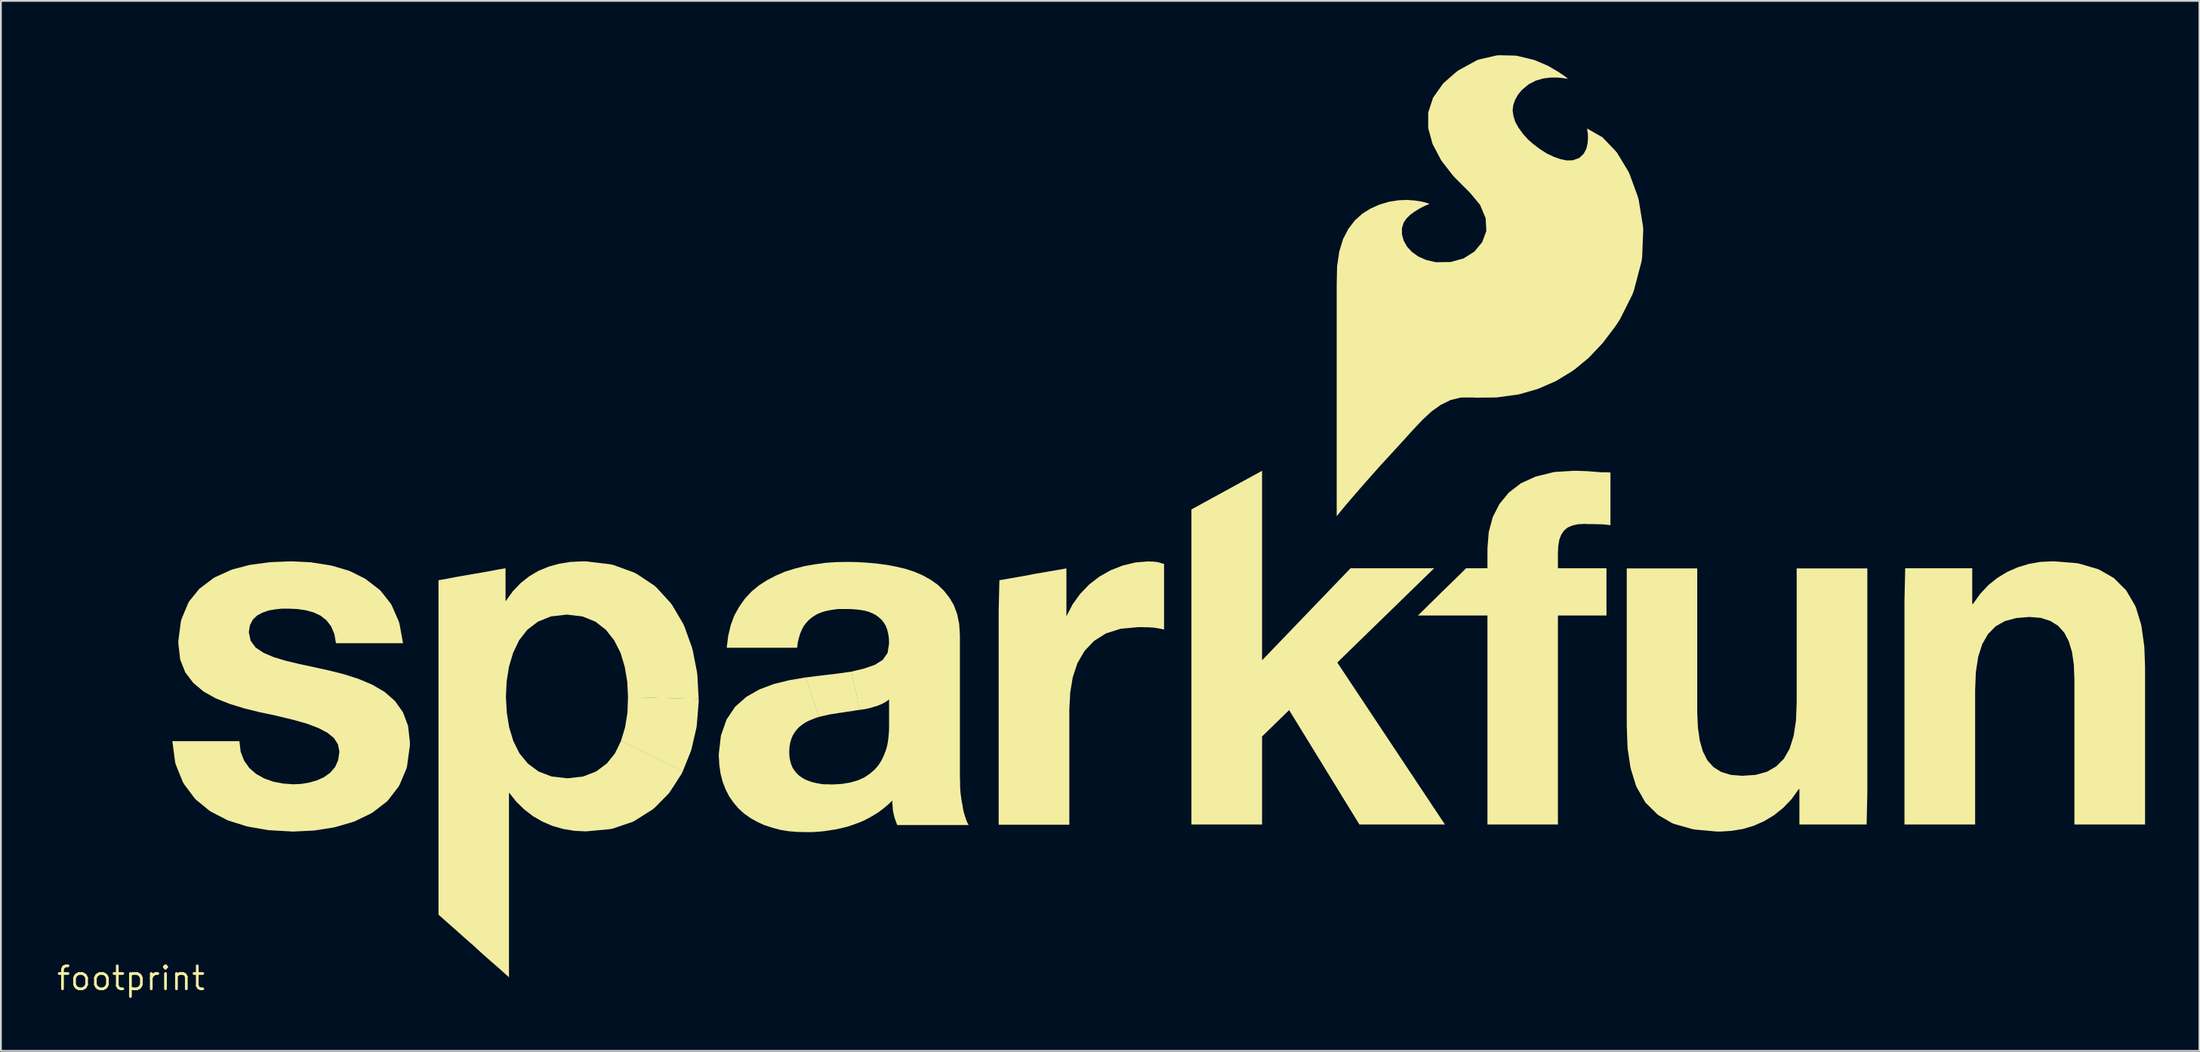
<source format=kicad_pcb>
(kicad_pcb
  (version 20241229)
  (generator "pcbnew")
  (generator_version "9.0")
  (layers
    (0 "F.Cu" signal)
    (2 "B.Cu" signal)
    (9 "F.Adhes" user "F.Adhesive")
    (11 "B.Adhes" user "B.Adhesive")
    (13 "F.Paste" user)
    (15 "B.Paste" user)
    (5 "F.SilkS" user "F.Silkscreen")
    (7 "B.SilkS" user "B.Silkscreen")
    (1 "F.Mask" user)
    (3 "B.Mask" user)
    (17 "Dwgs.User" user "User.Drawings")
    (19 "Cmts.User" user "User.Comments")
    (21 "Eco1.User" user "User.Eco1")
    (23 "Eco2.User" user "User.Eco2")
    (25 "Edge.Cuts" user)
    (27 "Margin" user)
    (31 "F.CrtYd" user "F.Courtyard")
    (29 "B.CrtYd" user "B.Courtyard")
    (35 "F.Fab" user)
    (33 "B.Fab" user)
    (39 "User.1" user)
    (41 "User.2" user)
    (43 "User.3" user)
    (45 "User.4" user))
  (footprint "footprint"
    (layer "F.Cu")
    (at 4.18 50.975)
    (property "Reference" "footprint" (at 0 0 0) (layer "F.SilkS") (effects (font (size 1.27 1.27) (thickness 0.15))))
    (fp_poly (pts (xy 31.335 -15.425) (xy 31.335 -15.24) (xy 31.235 -14.02) (xy 31.215 -13.849) (xy 30.945 -12.679) (xy 30.895 -12.518) (xy 30.463 -11.443) (xy 27.044 -13.097) (xy 27.275 -13.861) (xy 27.405 -14.67) (xy 27.435 -15.535)) (stroke (width 0) (type solid)) (fill yes) (layer "F.SilkS"))
    (fp_poly (pts (xy 62.435 -17.562) (xy 67.318 -22.645) (xy 71.932 -22.645) (xy 66.586 -17.439) (xy 72.529 -8.495) (xy 67.807 -8.495) (xy 63.929 -14.812) (xy 62.435 -13.358) (xy 62.435 -8.495) (xy 58.535 -8.495) (xy 58.535 -25.893) (xy 62.435 -28.028)) (stroke (width 0) (type solid)) (fill yes) (layer "F.SilkS"))
    (fp_poly (pts (xy 40.236 -14.826) (xy 40.001 -14.795) (xy 39.781 -14.755) (xy 39.551 -14.725) (xy 39.311 -14.685) (xy 39.081 -14.655) (xy 38.851 -14.615) (xy 38.631 -14.585) (xy 38.401 -14.535) (xy 38.181 -14.485) (xy 37.967 -14.434) (xy 37.233 -16.614) (xy 38.119 -16.725) (xy 38.969 -16.825) (xy 39.764 -16.936)) (stroke (width 0) (type solid)) (fill yes) (layer "F.SilkS"))
    (fp_poly (pts (xy 56.28 -23.015) (xy 56.39 -23.015) (xy 56.49 -23.005) (xy 56.601 -22.995) (xy 56.701 -22.975) (xy 56.811 -22.945) (xy 56.911 -22.915) (xy 57.025 -22.884) (xy 57.025 -19.264) (xy 56.869 -19.295) (xy 56.709 -19.325) (xy 56.539 -19.355) (xy 56.36 -19.375) (xy 56.17 -19.385) (xy 55.98 -19.385) (xy 55.8 -19.395) (xy 55.62 -19.395) (xy 54.631 -19.305) (xy 53.812 -19.045) (xy 53.153 -18.626) (xy 52.634 -18.077) (xy 52.245 -17.408) (xy 51.985 -16.629) (xy 51.845 -15.779) (xy 51.795 -14.86) (xy 51.795 -8.485) (xy 47.895 -8.485) (xy 47.895 -20.29) (xy 47.935 -21.984) (xy 48.399 -22.065) (xy 49.319 -22.225) (xy 49.779 -22.315) (xy 50.239 -22.395) (xy 50.709 -22.475) (xy 51.169 -22.555) (xy 51.635 -22.636) (xy 51.635 -20.015) (xy 51.647 -20.015) (xy 51.976 -20.653) (xy 52.396 -21.233) (xy 52.887 -21.744) (xy 53.457 -22.184) (xy 54.078 -22.535) (xy 54.738 -22.795) (xy 55.439 -22.965) (xy 56.16 -23.025)) (stroke (width 0) (type solid)) (fill yes) (layer "F.SilkS"))
    (fp_poly (pts (xy 86.455 -14.65) (xy 86.495 -13.83) (xy 86.595 -13.131) (xy 86.765 -12.532) (xy 87.014 -12.043) (xy 87.353 -11.664) (xy 87.782 -11.395) (xy 88.311 -11.235) (xy 88.94 -11.185) (xy 89.679 -11.235) (xy 90.298 -11.405) (xy 90.817 -11.704) (xy 91.236 -12.123) (xy 91.555 -12.682) (xy 91.775 -13.381) (xy 91.905 -14.22) (xy 91.945 -15.22) (xy 91.945 -22.635) (xy 95.845 -22.635) (xy 95.845 -10.26) (xy 95.805 -8.495) (xy 92.095 -8.495) (xy 92.095 -10.455) (xy 92.063 -10.455) (xy 91.664 -9.897) (xy 91.203 -9.416) (xy 90.693 -9.006) (xy 90.142 -8.676) (xy 89.572 -8.425) (xy 88.971 -8.245) (xy 88.351 -8.145) (xy 87.74 -8.105) (xy 87.55 -8.105) (xy 86.329 -8.215) (xy 86.169 -8.245) (xy 85.188 -8.525) (xy 85.058 -8.575) (xy 84.287 -9.026) (xy 83.596 -9.707) (xy 83.116 -10.548) (xy 83.065 -10.668) (xy 82.795 -11.549) (xy 82.765 -11.679) (xy 82.615 -12.679) (xy 82.605 -12.83) (xy 82.565 -13.94) (xy 82.565 -22.635) (xy 86.455 -22.635)) (stroke (width 0) (type solid)) (fill yes) (layer "F.SilkS"))
    (fp_poly (pts (xy 107.411 -22.925) (xy 107.561 -22.895) (xy 108.552 -22.605) (xy 108.672 -22.554) (xy 109.453 -22.104) (xy 110.134 -21.423) (xy 110.624 -20.582) (xy 110.675 -20.462) (xy 110.945 -19.581) (xy 110.975 -19.451) (xy 111.115 -18.451) (xy 111.135 -18.3) (xy 111.175 -17.2) (xy 111.175 -8.495) (xy 107.275 -8.495) (xy 107.275 -16.49) (xy 107.245 -17.3) (xy 107.145 -18.009) (xy 106.965 -18.608) (xy 106.716 -19.087) (xy 106.377 -19.466) (xy 105.948 -19.735) (xy 105.419 -19.905) (xy 104.79 -19.955) (xy 104.061 -19.895) (xy 103.432 -19.725) (xy 102.923 -19.436) (xy 102.504 -19.007) (xy 102.185 -18.448) (xy 101.965 -17.759) (xy 101.835 -16.91) (xy 101.795 -15.91) (xy 101.795 -8.495) (xy 97.895 -8.495) (xy 97.895 -20.87) (xy 97.935 -22.645) (xy 101.635 -22.645) (xy 101.635 -20.675) (xy 101.677 -20.675) (xy 102.076 -21.233) (xy 102.537 -21.724) (xy 103.037 -22.124) (xy 103.588 -22.454) (xy 104.168 -22.705) (xy 104.769 -22.885) (xy 105.379 -22.995) (xy 106 -23.025) (xy 106.19 -23.025)) (stroke (width 0) (type solid)) (fill yes) (layer "F.SilkS"))
    (fp_poly (pts (xy 80.13 -28.015) (xy 80.39 -28.005) (xy 80.65 -27.985) (xy 80.9 -27.965) (xy 81.16 -27.945) (xy 81.41 -27.945) (xy 81.665 -27.935) (xy 81.665 -25.024) (xy 81.489 -25.045) (xy 81.489 -25.045) (xy 81.31 -25.065) (xy 81.13 -25.075) (xy 80.95 -25.075) (xy 80.77 -25.085) (xy 80.42 -25.085) (xy 80.24 -25.095) (xy 79.871 -25.075) (xy 79.562 -25.005) (xy 79.303 -24.896) (xy 79.104 -24.727) (xy 78.954 -24.508) (xy 78.845 -24.229) (xy 78.785 -23.889) (xy 78.765 -23.48) (xy 78.765 -22.645) (xy 81.445 -22.645) (xy 81.445 -20.035) (xy 78.765 -20.035) (xy 78.765 -8.495) (xy 74.875 -8.495) (xy 74.875 -20.035) (xy 71.038 -20.035) (xy 71.376 -20.364) (xy 71.706 -20.694) (xy 72.036 -21.014) (xy 72.366 -21.344) (xy 72.697 -21.664) (xy 72.697 -21.664) (xy 73.037 -21.994) (xy 73.366 -22.314) (xy 73.698 -22.645) (xy 74.875 -22.645) (xy 74.875 -23.73) (xy 74.945 -24.631) (xy 75.165 -25.462) (xy 75.536 -26.193) (xy 76.056 -26.824) (xy 76.717 -27.334) (xy 77.528 -27.705) (xy 78.499 -27.945) (xy 78.629 -27.965) (xy 79.61 -28.025) (xy 79.87 -28.025)) (stroke (width 0) (type solid)) (fill yes) (layer "F.SilkS"))
    (fp_poly (pts (xy 26.451 -22.865) (xy 26.631 -22.825) (xy 27.782 -22.405) (xy 27.933 -22.324) (xy 28.893 -21.684) (xy 29.014 -21.574) (xy 29.784 -20.733) (xy 29.884 -20.593) (xy 30.474 -19.592) (xy 30.545 -19.442) (xy 30.955 -18.302) (xy 31.005 -18.131) (xy 31.245 -16.901) (xy 31.265 -16.72) (xy 31.335 -15.415) (xy 27.435 -15.525) (xy 27.395 -16.369) (xy 27.255 -17.199) (xy 27.025 -17.968) (xy 26.676 -18.657) (xy 26.216 -19.246) (xy 25.637 -19.696) (xy 24.919 -19.985) (xy 24.06 -20.085) (xy 23.181 -19.985) (xy 22.462 -19.696) (xy 21.874 -19.246) (xy 21.424 -18.667) (xy 21.095 -17.978) (xy 20.865 -17.209) (xy 20.735 -16.379) (xy 20.695 -15.53) (xy 20.745 -14.671) (xy 20.875 -13.861) (xy 21.105 -13.102) (xy 21.444 -12.423) (xy 21.903 -11.864) (xy 22.492 -11.424) (xy 23.221 -11.145) (xy 24.09 -11.045) (xy 24.959 -11.145) (xy 25.678 -11.424) (xy 26.266 -11.864) (xy 26.716 -12.423) (xy 27.048 -13.107) (xy 30.467 -11.452) (xy 30.394 -11.298) (xy 29.784 -10.347) (xy 29.694 -10.217) (xy 28.913 -9.426) (xy 28.793 -9.326) (xy 27.843 -8.726) (xy 27.702 -8.645) (xy 26.581 -8.265) (xy 26.411 -8.235) (xy 25.12 -8.115) (xy 24.479 -8.145) (xy 23.869 -8.245) (xy 23.268 -8.415) (xy 22.708 -8.656) (xy 22.187 -8.956) (xy 21.707 -9.326) (xy 21.266 -9.757) (xy 20.878 -10.245) (xy 20.865 -10.245) (xy 20.865 -0.059) (xy 20.377 -0.496) (xy 19.887 -0.926) (xy 19.397 -1.356) (xy 18.917 -1.796) (xy 18.427 -2.226) (xy 17.947 -2.656) (xy 17.457 -3.086) (xy 16.975 -3.518) (xy 16.975 -21.984) (xy 17.439 -22.065) (xy 17.899 -22.155) (xy 18.359 -22.235) (xy 18.819 -22.315) (xy 19.289 -22.395) (xy 19.749 -22.475) (xy 20.209 -22.565) (xy 20.675 -22.646) (xy 20.675 -20.835) (xy 20.687 -20.835) (xy 21.076 -21.373) (xy 21.507 -21.824) (xy 21.987 -22.204) (xy 22.498 -22.504) (xy 23.058 -22.735) (xy 23.639 -22.895) (xy 24.259 -22.995) (xy 24.91 -23.025) (xy 25.11 -23.025)) (stroke (width 0) (type solid)) (fill yes) (layer "F.SilkS"))
    (fp_poly (pts (xy 9.91 -22.975) (xy 10.051 -22.955) (xy 11.001 -22.805) (xy 11.131 -22.775) (xy 12.012 -22.515) (xy 12.132 -22.465) (xy 12.933 -22.064) (xy 13.713 -21.464) (xy 13.804 -21.373) (xy 14.344 -20.683) (xy 14.404 -20.572) (xy 14.785 -19.702) (xy 14.825 -19.561) (xy 15.016 -18.505) (xy 11.316 -18.505) (xy 11.225 -19.019) (xy 11.046 -19.437) (xy 10.796 -19.766) (xy 10.467 -20.026) (xy 10.088 -20.205) (xy 9.649 -20.325) (xy 9.17 -20.395) (xy 8.66 -20.415) (xy 8.32 -20.415) (xy 7.961 -20.375) (xy 7.601 -20.315) (xy 7.262 -20.195) (xy 6.963 -20.036) (xy 6.724 -19.807) (xy 6.565 -19.498) (xy 6.505 -19.11) (xy 6.605 -18.642) (xy 6.883 -18.264) (xy 7.322 -17.974) (xy 7.882 -17.735) (xy 8.551 -17.535) (xy 9.301 -17.355) (xy 10.091 -17.185) (xy 10.911 -17.005) (xy 11.751 -16.795) (xy 12.562 -16.535) (xy 13.322 -16.214) (xy 14.003 -15.814) (xy 14.574 -15.313) (xy 15.014 -14.692) (xy 15.295 -13.941) (xy 15.395 -13.04) (xy 15.395 -12.86) (xy 15.245 -11.759) (xy 15.215 -11.609) (xy 14.834 -10.698) (xy 14.764 -10.577) (xy 14.194 -9.837) (xy 14.103 -9.746) (xy 13.363 -9.176) (xy 13.252 -9.106) (xy 12.382 -8.685) (xy 12.252 -8.635) (xy 11.291 -8.355) (xy 11.151 -8.325) (xy 10.131 -8.165) (xy 9.98 -8.155) (xy 8.94 -8.105) (xy 8.78 -8.115) (xy 7.71 -8.175) (xy 7.559 -8.185) (xy 6.529 -8.365) (xy 6.389 -8.395) (xy 5.428 -8.695) (xy 5.298 -8.745) (xy 4.428 -9.196) (xy 4.317 -9.266) (xy 3.587 -9.866) (xy 3.496 -9.967) (xy 2.926 -10.727) (xy 2.855 -10.858) (xy 2.475 -11.798) (xy 2.435 -11.949) (xy 2.284 -13.095) (xy 5.984 -13.095) (xy 6.055 -12.511) (xy 6.244 -12.022) (xy 6.534 -11.613) (xy 6.913 -11.284) (xy 7.362 -11.035) (xy 7.871 -10.855) (xy 8.411 -10.755) (xy 8.97 -10.715) (xy 9.389 -10.735) (xy 9.819 -10.805) (xy 10.248 -10.925) (xy 10.648 -11.104) (xy 10.987 -11.344) (xy 11.266 -11.663) (xy 11.435 -12.041) (xy 11.505 -12.51) (xy 11.425 -12.918) (xy 11.206 -13.267) (xy 10.837 -13.566) (xy 10.338 -13.825) (xy 9.708 -14.065) (xy 8.959 -14.275) (xy 8.089 -14.485) (xy 7.969 -14.515) (xy 7.109 -14.695) (xy 6.259 -14.905) (xy 5.448 -15.155) (xy 4.688 -15.455) (xy 4.007 -15.836) (xy 3.436 -16.317) (xy 2.996 -16.898) (xy 2.715 -17.609) (xy 2.615 -18.48) (xy 2.615 -18.64) (xy 2.755 -19.711) (xy 2.795 -19.852) (xy 3.155 -20.712) (xy 3.216 -20.823) (xy 3.766 -21.504) (xy 4.557 -22.104) (xy 4.668 -22.164) (xy 5.488 -22.535) (xy 5.618 -22.585) (xy 6.529 -22.825) (xy 6.669 -22.845) (xy 7.639 -22.975) (xy 7.78 -22.985) (xy 8.77 -23.025) (xy 8.92 -23.025)) (stroke (width 0) (type solid)) (fill yes) (layer "F.SilkS"))
    (fp_poly (pts (xy 66.555 -25.526) (xy 66.555 -38.35) (xy 66.575 -39.31) (xy 66.695 -40.131) (xy 66.905 -40.822) (xy 67.196 -41.383) (xy 67.556 -41.853) (xy 67.967 -42.224) (xy 68.418 -42.504) (xy 68.908 -42.725) (xy 69.449 -42.885) (xy 69.96 -42.965) (xy 70.43 -42.985) (xy 70.841 -42.955) (xy 71.181 -42.905) (xy 71.441 -42.845) (xy 71.602 -42.795) (xy 71.672 -42.771) (xy 71.612 -42.735) (xy 71.482 -42.685) (xy 71.292 -42.596) (xy 71.073 -42.476) (xy 70.833 -42.326) (xy 70.603 -42.156) (xy 70.394 -41.947) (xy 70.245 -41.718) (xy 70.155 -41.419) (xy 70.155 -41.091) (xy 70.245 -40.752) (xy 70.424 -40.423) (xy 70.693 -40.124) (xy 71.053 -39.864) (xy 71.502 -39.665) (xy 72.031 -39.545) (xy 72.839 -39.555) (xy 73.558 -39.755) (xy 74.157 -40.134) (xy 74.586 -40.653) (xy 74.815 -41.271) (xy 74.775 -41.979) (xy 74.466 -42.717) (xy 73.906 -43.387) (xy 73.806 -43.486) (xy 73.066 -44.227) (xy 72.966 -44.337) (xy 72.376 -45.097) (xy 72.306 -45.197) (xy 71.845 -46.078) (xy 71.605 -46.949) (xy 71.605 -47.811) (xy 71.875 -48.632) (xy 72.436 -49.423) (xy 73.167 -50.064) (xy 73.297 -50.154) (xy 74.288 -50.695) (xy 74.429 -50.745) (xy 75.389 -50.965) (xy 75.53 -50.975) (xy 76.42 -50.955) (xy 76.541 -50.935) (xy 77.452 -50.715) (xy 78.212 -50.394) (xy 78.793 -50.054) (xy 79.173 -49.794) (xy 79.316 -49.673) (xy 79.229 -49.685) (xy 79.029 -49.715) (xy 78.74 -49.745) (xy 78.38 -49.745) (xy 77.971 -49.695) (xy 77.552 -49.575) (xy 77.143 -49.366) (xy 76.764 -49.046) (xy 76.554 -48.787) (xy 76.405 -48.518) (xy 76.305 -48.239) (xy 76.265 -47.94) (xy 76.305 -47.641) (xy 76.405 -47.312) (xy 76.584 -46.983) (xy 76.844 -46.623) (xy 77.114 -46.324) (xy 77.433 -46.044) (xy 77.783 -45.784) (xy 78.162 -45.544) (xy 78.542 -45.365) (xy 78.911 -45.235) (xy 79.26 -45.165) (xy 79.589 -45.175) (xy 79.947 -45.304) (xy 80.186 -45.533) (xy 80.335 -45.812) (xy 80.405 -46.121) (xy 80.425 -46.41) (xy 80.415 -46.659) (xy 80.385 -46.84) (xy 80.385 -46.899) (xy 80.368 -46.933) (xy 81.223 -46.444) (xy 81.934 -45.703) (xy 82.034 -45.583) (xy 82.644 -44.572) (xy 82.725 -44.402) (xy 83.175 -43.171) (xy 83.225 -42.981) (xy 83.455 -41.571) (xy 83.475 -41.35) (xy 83.415 -39.83) (xy 83.385 -39.599) (xy 82.965 -38.009) (xy 82.885 -37.778) (xy 82.194 -36.398) (xy 82.044 -36.167) (xy 81.894 -35.947) (xy 81.294 -35.157) (xy 81.204 -35.047) (xy 80.544 -34.347) (xy 80.443 -34.246) (xy 79.703 -33.636) (xy 79.593 -33.556) (xy 78.783 -33.056) (xy 78.662 -32.986) (xy 77.772 -32.595) (xy 77.642 -32.545) (xy 76.681 -32.265) (xy 76.541 -32.235) (xy 75.511 -32.095) (xy 75.35 -32.075) (xy 74.24 -32.065) (xy 74.08 -32.075) (xy 73.421 -32.075) (xy 72.842 -31.935) (xy 72.313 -31.676) (xy 71.803 -31.316) (xy 71.304 -30.856) (xy 70.774 -30.297) (xy 70.204 -29.667) (xy 69.564 -28.967) (xy 68.974 -28.327) (xy 68.414 -27.697) (xy 67.904 -27.117) (xy 67.464 -26.607) (xy 67.084 -26.167) (xy 66.804 -25.827) (xy 66.624 -25.607)) (stroke (width 0) (type solid)) (fill yes) (layer "F.SilkS"))
    (fp_poly (pts (xy 40.07 -22.985) (xy 40.61 -22.955) (xy 41.161 -22.905) (xy 41.701 -22.835) (xy 42.231 -22.735) (xy 42.741 -22.615) (xy 43.232 -22.455) (xy 43.702 -22.254) (xy 44.133 -22.014) (xy 44.533 -21.734) (xy 44.874 -21.403) (xy 45.174 -21.023) (xy 45.425 -20.602) (xy 45.605 -20.111) (xy 45.715 -19.571) (xy 45.755 -18.97) (xy 45.755 -11.13) (xy 45.765 -10.89) (xy 45.765 -10.66) (xy 45.775 -10.43) (xy 45.795 -10.201) (xy 45.825 -9.981) (xy 45.855 -9.771) (xy 45.895 -9.571) (xy 45.925 -9.371) (xy 45.965 -9.191) (xy 46.015 -9.021) (xy 46.065 -8.862) (xy 46.115 -8.712) (xy 46.174 -8.582) (xy 46.238 -8.465) (xy 42.297 -8.465) (xy 42.265 -8.548) (xy 42.235 -8.628) (xy 42.205 -8.708) (xy 42.175 -8.798) (xy 42.145 -8.879) (xy 42.125 -8.969) (xy 42.105 -9.049) (xy 42.085 -9.139) (xy 42.065 -9.229) (xy 42.055 -9.309) (xy 42.045 -9.4) (xy 42.045 -9.49) (xy 42.035 -9.569) (xy 42.025 -9.66) (xy 42.025 -9.818) (xy 41.793 -9.596) (xy 41.543 -9.386) (xy 41.283 -9.186) (xy 41.013 -9.016) (xy 40.732 -8.856) (xy 40.442 -8.705) (xy 40.152 -8.585) (xy 39.842 -8.475) (xy 39.541 -8.375) (xy 39.221 -8.295) (xy 38.901 -8.225) (xy 38.581 -8.175) (xy 38.251 -8.125) (xy 37.93 -8.095) (xy 37.6 -8.075) (xy 37.27 -8.075) (xy 36.77 -8.085) (xy 36.289 -8.125) (xy 35.819 -8.205) (xy 35.379 -8.325) (xy 34.948 -8.465) (xy 34.558 -8.646) (xy 34.187 -8.856) (xy 33.847 -9.096) (xy 33.536 -9.377) (xy 33.266 -9.697) (xy 33.026 -10.037) (xy 32.825 -10.428) (xy 32.665 -10.838) (xy 32.545 -11.299) (xy 32.475 -11.79) (xy 32.445 -12.31) (xy 32.455 -12.46) (xy 32.565 -13.411) (xy 32.875 -14.292) (xy 33.346 -14.993) (xy 33.967 -15.544) (xy 34.688 -15.955) (xy 35.489 -16.255) (xy 36.349 -16.465) (xy 37.243 -16.616) (xy 37.976 -14.437) (xy 37.762 -14.365) (xy 37.562 -14.285) (xy 37.372 -14.205) (xy 37.193 -14.106) (xy 37.033 -13.996) (xy 36.873 -13.866) (xy 36.744 -13.727) (xy 36.624 -13.567) (xy 36.524 -13.398) (xy 36.445 -13.208) (xy 36.385 -12.989) (xy 36.345 -12.759) (xy 36.335 -12.51) (xy 36.345 -12.251) (xy 36.385 -12.021) (xy 36.445 -11.812) (xy 36.524 -11.622) (xy 36.634 -11.463) (xy 36.754 -11.313) (xy 36.893 -11.184) (xy 37.053 -11.074) (xy 37.222 -10.975) (xy 37.402 -10.905) (xy 37.601 -10.835) (xy 37.811 -10.785) (xy 38.021 -10.745) (xy 38.25 -10.715) (xy 38.47 -10.715) (xy 38.71 -10.705) (xy 39.239 -10.735) (xy 39.719 -10.815) (xy 40.128 -10.935) (xy 40.478 -11.094) (xy 40.777 -11.294) (xy 41.036 -11.514) (xy 41.246 -11.753) (xy 41.416 -12.012) (xy 41.545 -12.282) (xy 41.655 -12.552) (xy 41.735 -12.821) (xy 41.785 -13.091) (xy 41.815 -13.341) (xy 41.835 -13.57) (xy 41.845 -13.78) (xy 41.845 -15.4) (xy 41.723 -15.306) (xy 41.572 -15.216) (xy 41.412 -15.135) (xy 41.242 -15.065) (xy 41.052 -15.005) (xy 40.861 -14.945) (xy 40.651 -14.895) (xy 40.441 -14.855) (xy 40.226 -14.824) (xy 39.754 -16.934) (xy 40.459 -17.105) (xy 41.048 -17.305) (xy 41.496 -17.584) (xy 41.765 -17.972) (xy 41.845 -18.49) (xy 41.835 -18.78) (xy 41.795 -19.049) (xy 41.735 -19.278) (xy 41.656 -19.478) (xy 41.546 -19.657) (xy 41.416 -19.817) (xy 41.267 -19.946) (xy 41.107 -20.066) (xy 40.928 -20.155) (xy 40.738 -20.235) (xy 40.529 -20.295) (xy 40.309 -20.335) (xy 40.079 -20.365) (xy 39.84 -20.385) (xy 39.59 -20.395) (xy 39.07 -20.395) (xy 38.801 -20.365) (xy 38.561 -20.325) (xy 38.321 -20.275) (xy 38.102 -20.205) (xy 37.902 -20.125) (xy 37.713 -20.016) (xy 37.543 -19.896) (xy 37.394 -19.766) (xy 37.254 -19.607) (xy 37.124 -19.437) (xy 37.025 -19.238) (xy 36.935 -19.028) (xy 36.865 -18.789) (xy 36.805 -18.539) (xy 36.774 -18.255) (xy 32.884 -18.255) (xy 32.965 -18.911) (xy 33.105 -19.501) (xy 33.305 -20.042) (xy 33.576 -20.523) (xy 33.886 -20.963) (xy 34.247 -21.354) (xy 34.657 -21.694) (xy 35.107 -21.984) (xy 35.588 -22.235) (xy 36.098 -22.455) (xy 36.639 -22.625) (xy 37.189 -22.765) (xy 37.769 -22.865) (xy 38.349 -22.945) (xy 38.94 -22.985) (xy 39.54 -22.995)) (stroke (width 0) (type solid)) (fill yes) (layer "F.SilkS")))
  (gr_rect
    (start -3 -3)
    (end 118.355 54.981)
    (stroke (width 0.1) (type default))
    (fill no)
    (layer "Edge.Cuts")))
</source>
